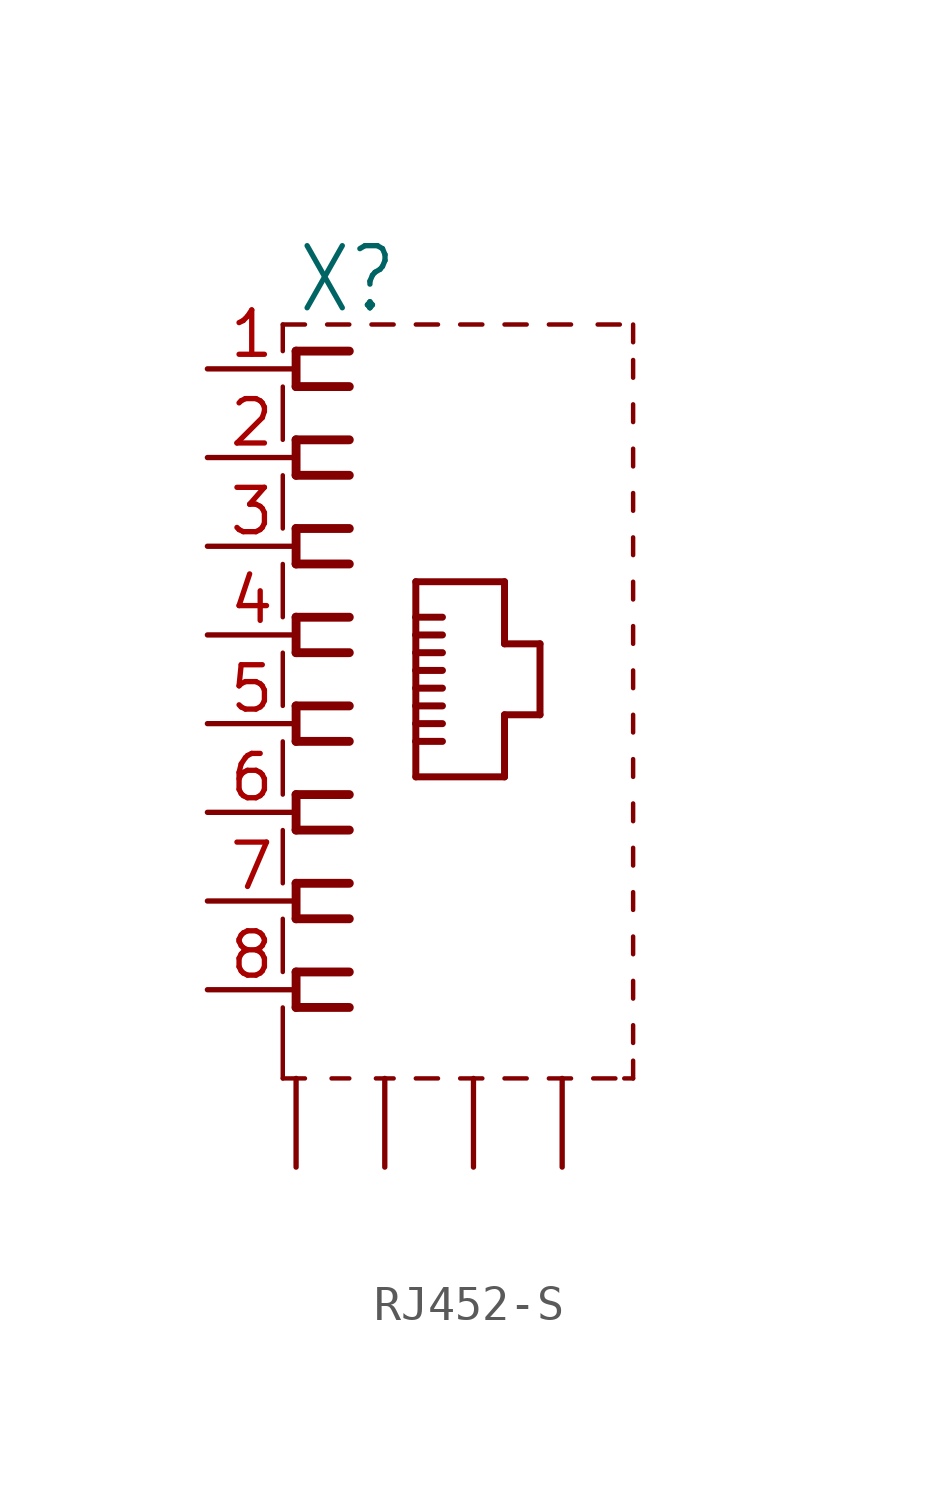
<source format=kicad_sym>
(kicad_symbol_lib
  (version 20220914)
  (generator kicad_symbol_editor)
  (symbol "RJ452-S"
    (property "Reference" "X"
      (at -5.08 11.684 0)
      (effects (font (size 1.778 1.511)) (justify left bottom)))
    (property "Value" ""
      (at 7.62 -10.16 90)
      (effects (font (size 1.778 1.511)) (justify left bottom)))
    (property "ki_locked" ""
      (at 0 0 0)
      (effects (font (size 1.27 1.27))))
    (symbol "RJ452-S_1_0"
      (polyline (pts (xy -5.461 -10.16) (xy -4.826 -10.16)) (stroke (width 0.127) (type solid)) (fill (type none)))
      (polyline (pts (xy -5.461 -8.128) (xy -5.461 -10.16)) (stroke (width 0.127) (type solid)) (fill (type none)))
      (polyline (pts (xy -5.461 -5.588) (xy -5.461 -7.112)) (stroke (width 0.127) (type solid)) (fill (type none)))
      (polyline (pts (xy -5.461 -3.048) (xy -5.461 -4.572)) (stroke (width 0.127) (type solid)) (fill (type none)))
      (polyline (pts (xy -5.461 -0.508) (xy -5.461 -2.032)) (stroke (width 0.127) (type solid)) (fill (type none)))
      (polyline (pts (xy -5.461 2.032) (xy -5.461 0.508)) (stroke (width 0.127) (type solid)) (fill (type none)))
      (polyline (pts (xy -5.461 4.572) (xy -5.461 3.048)) (stroke (width 0.127) (type solid)) (fill (type none)))
      (polyline (pts (xy -5.461 7.112) (xy -5.461 5.588)) (stroke (width 0.127) (type solid)) (fill (type none)))
      (polyline (pts (xy -5.461 9.652) (xy -5.461 8.128)) (stroke (width 0.127) (type solid)) (fill (type none)))
      (polyline (pts (xy -5.461 11.43) (xy -5.461 10.668)) (stroke (width 0.127) (type solid)) (fill (type none)))
      (polyline (pts (xy -5.08 -8.128) (xy -3.556 -8.128)) (stroke (width 0.254) (type solid)) (fill (type none)))
      (polyline (pts (xy -5.08 -7.112) (xy -5.08 -8.128)) (stroke (width 0.254) (type solid)) (fill (type none)))
      (polyline (pts (xy -5.08 -5.588) (xy -3.556 -5.588)) (stroke (width 0.254) (type solid)) (fill (type none)))
      (polyline (pts (xy -5.08 -4.572) (xy -5.08 -5.588)) (stroke (width 0.254) (type solid)) (fill (type none)))
      (polyline (pts (xy -5.08 -3.048) (xy -3.556 -3.048)) (stroke (width 0.254) (type solid)) (fill (type none)))
      (polyline (pts (xy -5.08 -2.032) (xy -5.08 -3.048)) (stroke (width 0.254) (type solid)) (fill (type none)))
      (polyline (pts (xy -5.08 -0.508) (xy -3.556 -0.508)) (stroke (width 0.254) (type solid)) (fill (type none)))
      (polyline (pts (xy -5.08 0.508) (xy -5.08 -0.508)) (stroke (width 0.254) (type solid)) (fill (type none)))
      (polyline (pts (xy -5.08 2.032) (xy -3.556 2.032)) (stroke (width 0.254) (type solid)) (fill (type none)))
      (polyline (pts (xy -5.08 3.048) (xy -5.08 2.032)) (stroke (width 0.254) (type solid)) (fill (type none)))
      (polyline (pts (xy -5.08 4.572) (xy -3.556 4.572)) (stroke (width 0.254) (type solid)) (fill (type none)))
      (polyline (pts (xy -5.08 5.588) (xy -5.08 4.572)) (stroke (width 0.254) (type solid)) (fill (type none)))
      (polyline (pts (xy -5.08 7.112) (xy -3.556 7.112)) (stroke (width 0.254) (type solid)) (fill (type none)))
      (polyline (pts (xy -5.08 8.128) (xy -5.08 7.112)) (stroke (width 0.254) (type solid)) (fill (type none)))
      (polyline (pts (xy -5.08 9.652) (xy -3.556 9.652)) (stroke (width 0.254) (type solid)) (fill (type none)))
      (polyline (pts (xy -5.08 10.668) (xy -5.08 9.652)) (stroke (width 0.254) (type solid)) (fill (type none)))
      (polyline (pts (xy -4.826 11.43) (xy -5.461 11.43)) (stroke (width 0.127) (type solid)) (fill (type none)))
      (polyline (pts (xy -4.064 -10.16) (xy -3.556 -10.16)) (stroke (width 0.127) (type solid)) (fill (type none)))
      (polyline (pts (xy -3.556 -7.112) (xy -5.08 -7.112)) (stroke (width 0.254) (type solid)) (fill (type none)))
      (polyline (pts (xy -3.556 -4.572) (xy -5.08 -4.572)) (stroke (width 0.254) (type solid)) (fill (type none)))
      (polyline (pts (xy -3.556 -2.032) (xy -5.08 -2.032)) (stroke (width 0.254) (type solid)) (fill (type none)))
      (polyline (pts (xy -3.556 0.508) (xy -5.08 0.508)) (stroke (width 0.254) (type solid)) (fill (type none)))
      (polyline (pts (xy -3.556 3.048) (xy -5.08 3.048)) (stroke (width 0.254) (type solid)) (fill (type none)))
      (polyline (pts (xy -3.556 5.588) (xy -5.08 5.588)) (stroke (width 0.254) (type solid)) (fill (type none)))
      (polyline (pts (xy -3.556 8.128) (xy -5.08 8.128)) (stroke (width 0.254) (type solid)) (fill (type none)))
      (polyline (pts (xy -3.556 10.668) (xy -5.08 10.668)) (stroke (width 0.254) (type solid)) (fill (type none)))
      (polyline (pts (xy -3.556 11.43) (xy -4.191 11.43)) (stroke (width 0.127) (type solid)) (fill (type none)))
      (polyline (pts (xy -2.794 -10.16) (xy -2.286 -10.16)) (stroke (width 0.127) (type solid)) (fill (type none)))
      (polyline (pts (xy -2.286 11.43) (xy -2.921 11.43)) (stroke (width 0.127) (type solid)) (fill (type none)))
      (polyline (pts (xy -1.651 -1.524) (xy 0.889 -1.524)) (stroke (width 0.2) (type solid)) (fill (type none)))
      (polyline (pts (xy -1.651 -0.508) (xy -1.651 -1.524)) (stroke (width 0.2) (type solid)) (fill (type none)))
      (polyline (pts (xy -1.651 -0.508) (xy -0.889 -0.508)) (stroke (width 0.2) (type solid)) (fill (type none)))
      (polyline (pts (xy -1.651 0) (xy -1.651 -0.508)) (stroke (width 0.2) (type solid)) (fill (type none)))
      (polyline (pts (xy -1.651 0) (xy -0.889 0)) (stroke (width 0.2) (type solid)) (fill (type none)))
      (polyline (pts (xy -1.651 0.508) (xy -1.651 0)) (stroke (width 0.2) (type solid)) (fill (type none)))
      (polyline (pts (xy -1.651 0.508) (xy -0.889 0.508)) (stroke (width 0.2) (type solid)) (fill (type none)))
      (polyline (pts (xy -1.651 1.016) (xy -1.651 0.508)) (stroke (width 0.2) (type solid)) (fill (type none)))
      (polyline (pts (xy -1.651 1.016) (xy -0.889 1.016)) (stroke (width 0.2) (type solid)) (fill (type none)))
      (polyline (pts (xy -1.651 1.524) (xy -1.651 1.016)) (stroke (width 0.2) (type solid)) (fill (type none)))
      (polyline (pts (xy -1.651 1.524) (xy -0.889 1.524)) (stroke (width 0.2) (type solid)) (fill (type none)))
      (polyline (pts (xy -1.651 2.032) (xy -1.651 1.524)) (stroke (width 0.2) (type solid)) (fill (type none)))
      (polyline (pts (xy -1.651 2.032) (xy -0.889 2.032)) (stroke (width 0.2) (type solid)) (fill (type none)))
      (polyline (pts (xy -1.651 2.54) (xy -1.651 2.032)) (stroke (width 0.2) (type solid)) (fill (type none)))
      (polyline (pts (xy -1.651 2.54) (xy -0.889 2.54)) (stroke (width 0.2) (type solid)) (fill (type none)))
      (polyline (pts (xy -1.651 3.048) (xy -1.651 2.54)) (stroke (width 0.2) (type solid)) (fill (type none)))
      (polyline (pts (xy -1.651 3.048) (xy -0.889 3.048)) (stroke (width 0.2) (type solid)) (fill (type none)))
      (polyline (pts (xy -1.651 4.064) (xy -1.651 3.048)) (stroke (width 0.2) (type solid)) (fill (type none)))
      (polyline (pts (xy -1.016 -10.16) (xy -1.651 -10.16)) (stroke (width 0.127) (type solid)) (fill (type none)))
      (polyline (pts (xy -1.016 11.43) (xy -1.651 11.43)) (stroke (width 0.127) (type solid)) (fill (type none)))
      (polyline (pts (xy 0.254 -10.16) (xy -0.381 -10.16)) (stroke (width 0.127) (type solid)) (fill (type none)))
      (polyline (pts (xy 0.254 11.43) (xy -0.381 11.43)) (stroke (width 0.127) (type solid)) (fill (type none)))
      (polyline (pts (xy 0.889 -1.524) (xy 0.889 0.254)) (stroke (width 0.2) (type solid)) (fill (type none)))
      (polyline (pts (xy 0.889 0.254) (xy 1.905 0.254)) (stroke (width 0.2) (type solid)) (fill (type none)))
      (polyline (pts (xy 0.889 2.286) (xy 0.889 4.064)) (stroke (width 0.2) (type solid)) (fill (type none)))
      (polyline (pts (xy 0.889 4.064) (xy -1.651 4.064)) (stroke (width 0.2) (type solid)) (fill (type none)))
      (polyline (pts (xy 1.524 -10.16) (xy 0.889 -10.16)) (stroke (width 0.127) (type solid)) (fill (type none)))
      (polyline (pts (xy 1.524 11.43) (xy 0.889 11.43)) (stroke (width 0.127) (type solid)) (fill (type none)))
      (polyline (pts (xy 1.905 0.254) (xy 1.905 2.286)) (stroke (width 0.2) (type solid)) (fill (type none)))
      (polyline (pts (xy 1.905 2.286) (xy 0.889 2.286)) (stroke (width 0.2) (type solid)) (fill (type none)))
      (polyline (pts (xy 2.794 -10.16) (xy 2.159 -10.16)) (stroke (width 0.127) (type solid)) (fill (type none)))
      (polyline (pts (xy 2.794 11.43) (xy 2.159 11.43)) (stroke (width 0.127) (type solid)) (fill (type none)))
      (polyline (pts (xy 3.556 11.43) (xy 4.191 11.43)) (stroke (width 0.127) (type solid)) (fill (type none)))
      (polyline (pts (xy 4.064 -10.16) (xy 3.429 -10.16)) (stroke (width 0.127) (type solid)) (fill (type none)))
      (polyline (pts (xy 4.318 -10.16) (xy 4.572 -10.16)) (stroke (width 0.127) (type solid)) (fill (type none)))
      (polyline (pts (xy 4.572 -10.16) (xy 4.572 -9.652)) (stroke (width 0.127) (type solid)) (fill (type none)))
      (polyline (pts (xy 4.572 -9.144) (xy 4.572 -8.636)) (stroke (width 0.127) (type solid)) (fill (type none)))
      (polyline (pts (xy 4.572 -7.874) (xy 4.572 -7.366)) (stroke (width 0.127) (type solid)) (fill (type none)))
      (polyline (pts (xy 4.572 -6.604) (xy 4.572 -6.096)) (stroke (width 0.127) (type solid)) (fill (type none)))
      (polyline (pts (xy 4.572 -5.334) (xy 4.572 -4.826)) (stroke (width 0.127) (type solid)) (fill (type none)))
      (polyline (pts (xy 4.572 -4.064) (xy 4.572 -3.556)) (stroke (width 0.127) (type solid)) (fill (type none)))
      (polyline (pts (xy 4.572 -2.794) (xy 4.572 -2.286)) (stroke (width 0.127) (type solid)) (fill (type none)))
      (polyline (pts (xy 4.572 -1.524) (xy 4.572 -1.016)) (stroke (width 0.127) (type solid)) (fill (type none)))
      (polyline (pts (xy 4.572 -0.254) (xy 4.572 0.254)) (stroke (width 0.127) (type solid)) (fill (type none)))
      (polyline (pts (xy 4.572 1.016) (xy 4.572 1.524)) (stroke (width 0.127) (type solid)) (fill (type none)))
      (polyline (pts (xy 4.572 2.286) (xy 4.572 2.794)) (stroke (width 0.127) (type solid)) (fill (type none)))
      (polyline (pts (xy 4.572 3.556) (xy 4.572 4.064)) (stroke (width 0.127) (type solid)) (fill (type none)))
      (polyline (pts (xy 4.572 4.826) (xy 4.572 5.334)) (stroke (width 0.127) (type solid)) (fill (type none)))
      (polyline (pts (xy 4.572 6.096) (xy 4.572 6.604)) (stroke (width 0.127) (type solid)) (fill (type none)))
      (polyline (pts (xy 4.572 7.366) (xy 4.572 7.874)) (stroke (width 0.127) (type solid)) (fill (type none)))
      (polyline (pts (xy 4.572 8.636) (xy 4.572 9.144)) (stroke (width 0.127) (type solid)) (fill (type none)))
      (polyline (pts (xy 4.572 9.906) (xy 4.572 10.414)) (stroke (width 0.127) (type solid)) (fill (type none)))
      (polyline (pts (xy 4.572 10.922) (xy 4.572 11.43)) (stroke (width 0.127) (type solid)) (fill (type none)))
      (pin passive line (at -7.62 10.16 0) (length 2.54) (name "1" (effects (font (size 0 0)))) (number "1" (effects (font (size 1.27 1.27)))))
      (pin passive line (at -7.62 7.62 0) (length 2.54) (name "2" (effects (font (size 0 0)))) (number "2" (effects (font (size 1.27 1.27)))))
      (pin passive line (at -7.62 5.08 0) (length 2.54) (name "3" (effects (font (size 0 0)))) (number "3" (effects (font (size 1.27 1.27)))))
      (pin passive line (at -7.62 2.54 0) (length 2.54) (name "4" (effects (font (size 0 0)))) (number "4" (effects (font (size 1.27 1.27)))))
      (pin passive line (at -7.62 0 0) (length 2.54) (name "5" (effects (font (size 0 0)))) (number "5" (effects (font (size 1.27 1.27)))))
      (pin passive line (at -7.62 -2.54 0) (length 2.54) (name "6" (effects (font (size 0 0)))) (number "6" (effects (font (size 1.27 1.27)))))
      (pin passive line (at -7.62 -5.08 0) (length 2.54) (name "7" (effects (font (size 0 0)))) (number "7" (effects (font (size 1.27 1.27)))))
      (pin passive line (at -7.62 -7.62 0) (length 2.54) (name "8" (effects (font (size 0 0)))) (number "8" (effects (font (size 1.27 1.27)))))
      (pin passive line (at -5.08 -12.7 90) (length 2.54) (name "S@1" (effects (font (size 0 0)))) (number "S1" (effects (font (size 0 0)))))
      (pin passive line (at -2.54 -12.7 90) (length 2.54) (name "S@2" (effects (font (size 0 0)))) (number "S2" (effects (font (size 0 0)))))
      (pin passive line (at 0 -12.7 90) (length 2.54) (name "S@3" (effects (font (size 0 0)))) (number "S3" (effects (font (size 0 0)))))
      (pin passive line (at 2.54 -12.7 90) (length 2.54) (name "S@4" (effects (font (size 0 0)))) (number "S4" (effects (font (size 0 0))))))))
</source>
